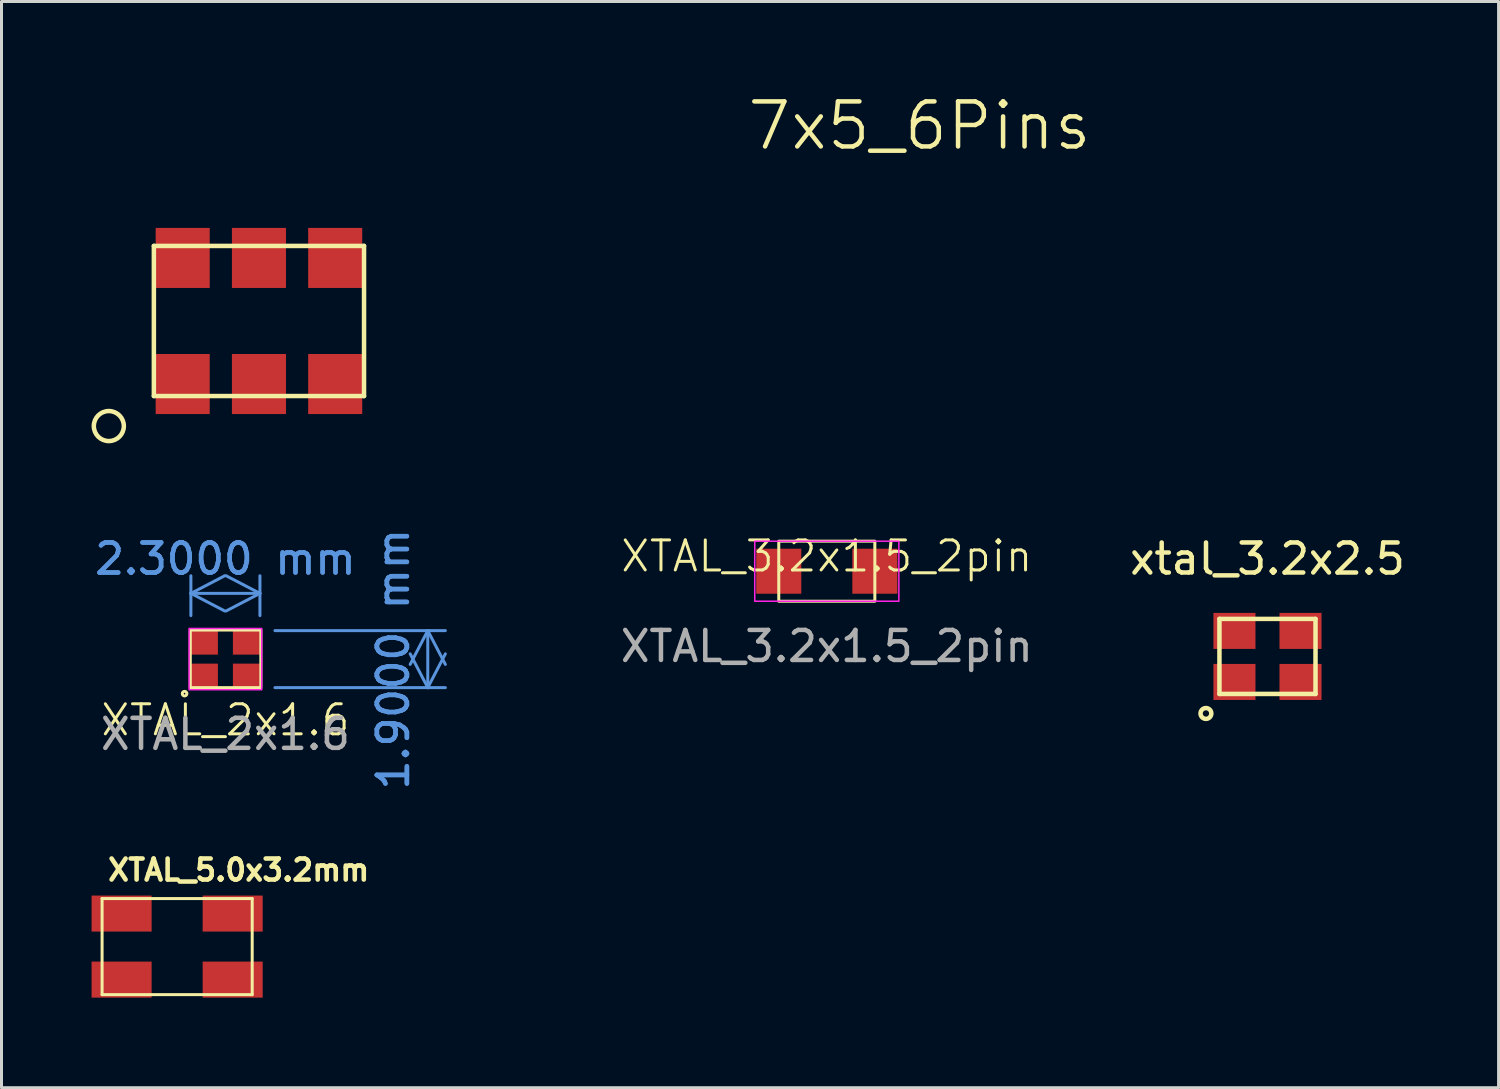
<source format=kicad_pcb>
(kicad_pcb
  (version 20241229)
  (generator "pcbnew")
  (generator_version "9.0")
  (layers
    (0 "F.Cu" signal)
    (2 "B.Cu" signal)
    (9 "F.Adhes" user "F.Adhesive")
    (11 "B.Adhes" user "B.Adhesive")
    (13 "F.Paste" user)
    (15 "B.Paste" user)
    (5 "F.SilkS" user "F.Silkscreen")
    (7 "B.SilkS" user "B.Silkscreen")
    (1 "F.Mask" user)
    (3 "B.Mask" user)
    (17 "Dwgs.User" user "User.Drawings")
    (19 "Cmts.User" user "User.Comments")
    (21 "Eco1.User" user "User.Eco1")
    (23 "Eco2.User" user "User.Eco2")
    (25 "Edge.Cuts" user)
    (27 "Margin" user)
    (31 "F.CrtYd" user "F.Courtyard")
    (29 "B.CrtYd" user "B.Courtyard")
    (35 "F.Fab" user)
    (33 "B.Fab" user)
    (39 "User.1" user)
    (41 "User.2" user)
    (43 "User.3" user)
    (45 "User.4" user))
  (footprint "XTAL_5.0x3.2mm"
    (layer "F.Cu")
    (at 2.85 28.479)
    (property "Reference" "XTAL_5.0x3.2mm" (at 2.05 -2.55 0) (layer "F.SilkS") (effects (font (size 0.7 0.7) (thickness 0.152))))
    (attr smd)
    (fp_line (start -2.5 -1.6) (end -2.5 1.6) (stroke (width 0.1) (type solid)) (layer "F.SilkS"))
    (fp_line (start -2.5 1.6) (end 2.5 1.6) (stroke (width 0.1) (type solid)) (layer "F.SilkS"))
    (fp_line (start 2.5 -1.6) (end -2.5 -1.6) (stroke (width 0.1) (type solid)) (layer "F.SilkS"))
    (fp_line (start 2.5 1.6) (end 2.5 -1.6) (stroke (width 0.1) (type solid)) (layer "F.SilkS"))
    (pad "1" smd rect (at -1.85 1.1) (size 2 1.2) (layers "F.Cu" "F.Mask" "F.Paste"))
    (pad "2" smd rect (at 1.85 1.1) (size 2 1.2) (layers "F.Cu" "F.Mask" "F.Paste"))
    (pad "3" smd rect (at 1.85 -1.1) (size 2 1.2) (layers "F.Cu" "F.Mask" "F.Paste"))
    (pad "4" smd rect (at -1.85 -1.1) (size 2 1.2) (layers "F.Cu" "F.Mask" "F.Paste")))
  (footprint "7x5_6Pins"
    (layer "F.Cu")
    (at 5.575 7.641)
    (property "Reference" "7x5_6Pins" (at 22 -6.5 0) (layer "F.SilkS") (effects (font (size 1.5 1.5) (thickness 0.15))))
    (attr smd)
    (fp_line (start -3.5 -2.5) (end 3.5 -2.5) (stroke (width 0.15) (type solid)) (layer "F.SilkS"))
    (fp_line (start -3.5 2.5) (end -3.5 -2.5) (stroke (width 0.15) (type solid)) (layer "F.SilkS"))
    (fp_line (start 3.5 -2.5) (end 3.5 2.5) (stroke (width 0.15) (type solid)) (layer "F.SilkS"))
    (fp_line (start 3.5 2.5) (end -3.5 2.5) (stroke (width 0.15) (type solid)) (layer "F.SilkS"))
    (fp_circle (center -5 3.5) (end -4.5 3.5) (stroke (width 0.15) (type solid)) (fill no) (layer "F.SilkS"))
    (pad "1" smd rect (at -2.54 2.1) (size 1.8 2) (layers "F.Cu" "F.Mask" "F.Paste"))
    (pad "2" smd rect (at 0 2.1) (size 1.8 2) (layers "F.Cu" "F.Mask" "F.Paste"))
    (pad "3" smd rect (at 2.54 2.1) (size 1.8 2) (layers "F.Cu" "F.Mask" "F.Paste"))
    (pad "4" smd rect (at 2.54 -2.1) (size 1.8 2) (layers "F.Cu" "F.Mask" "F.Paste"))
    (pad "5" smd rect (at 0 -2.1) (size 1.8 2) (layers "F.Cu" "F.Mask" "F.Paste"))
    (pad "6" smd rect (at -2.54 -2.1) (size 1.8 2) (layers "F.Cu" "F.Mask" "F.Paste")))
  (footprint "XTAL_2x1.6"
    (layer "F.Cu")
    (at 4.458 18.904)
    (property "Reference" "XTAL_2x1.6" (at 0 2.03 0) (unlocked yes) (layer "F.SilkS") (effects (font (size 1 1) (thickness 0.1))))
    (attr smd)
    (fp_rect (start -1.17 -0.97) (end 1.18 0.95) (stroke (width 0.1) (type default)) (fill no) (layer "F.SilkS"))
    (fp_circle (center -1.36 1.15) (end -1.33 1.22) (stroke (width 0.1) (type default)) (fill no) (layer "F.SilkS"))
    (fp_rect (start -1.21 -1.02) (end 1.21 1.02) (stroke (width 0.05) (type default)) (fill no) (layer "F.CrtYd"))
    (fp_text user "${REFERENCE}" (at 0 2.5 0) (unlocked yes) (layer "F.Fab") (effects (font (size 1 1) (thickness 0.15))))
    (dimension (type aligned) (layer "Cmts.User") (pts (xy 5.608 17.954) (xy 5.608 19.854)) (height -5.59) (format (prefix "") (suffix "") (units 3) (units_format 1) (precision 4)) (style (thickness 0.1) (arrow_length 1.27) (text_position_mode 0) (arrow_direction outward) (extension_height 0.586) (extension_offset 0.5) (keep_text_aligned yes)) (gr_text "1.9000 mm" (at 10.048 18.904 90) (layer "Cmts.User") (effects (font (size 1 1) (thickness 0.15)))))
    (dimension (type aligned) (layer "Cmts.User") (pts (xy 3.308 17.954) (xy 5.608 17.954)) (height -1.24) (format (prefix "") (suffix "") (units 3) (units_format 1) (precision 4)) (style (thickness 0.1) (arrow_length 1.27) (text_position_mode 0) (arrow_direction outward) (extension_height 0.586) (extension_offset 0.5) (keep_text_aligned yes)) (gr_text "2.3000 mm" (at 4.458 15.564 0) (layer "Cmts.User") (effects (font (size 1 1) (thickness 0.15)))))
    (pad "1" smd rect (at -0.7 0.55) (size 0.9 0.8) (layers "F.Cu" "F.Mask" "F.Paste"))
    (pad "2" smd rect (at 0.7 0.55) (size 0.9 0.8) (layers "F.Cu" "F.Mask" "F.Paste"))
    (pad "3" smd rect (at 0.7 -0.55) (size 0.9 0.8) (layers "F.Cu" "F.Mask" "F.Paste"))
    (pad "4" smd rect (at -0.7 -0.55) (size 0.9 0.8) (layers "F.Cu" "F.Mask" "F.Paste")))
  (footprint "XTAL_3.2x1.5_2pin"
    (layer "F.Cu")
    (at 24.489 15.976)
    (property "Reference" "XTAL_3.2x1.5_2pin" (at 0 -0.5 0) (unlocked yes) (layer "F.SilkS") (effects (font (size 1 1) (thickness 0.1))))
    (attr smd)
    (fp_rect (start -1.6 -1) (end 1.6 1) (stroke (width 0.1) (type default)) (fill no) (layer "F.SilkS"))
    (fp_rect (start -2.4 -1) (end 2.4 1) (stroke (width 0.05) (type default)) (fill no) (layer "F.CrtYd"))
    (fp_text user "${REFERENCE}" (at 0 2.5 0) (unlocked yes) (layer "F.Fab") (effects (font (size 1 1) (thickness 0.15))))
    (pad "1" smd rect (at -1.6 0) (size 1.5 1.5) (layers "F.Cu" "F.Mask" "F.Paste"))
    (pad "2" smd rect (at 1.6 0) (size 1.5 1.5) (layers "F.Cu" "F.Mask" "F.Paste")))
  (footprint "xtal_3.2x2.5"
    (layer "F.Cu")
    (at 39.167 18.814)
    (property "Reference" "xtal_3.2x2.5" (at 0 -3.25 0) (layer "F.SilkS") (effects (font (size 1 1) (thickness 0.15))))
    (attr smd)
    (fp_line (start -1.6 -1.25) (end 1.6 -1.25) (stroke (width 0.15) (type solid)) (layer "F.SilkS"))
    (fp_line (start -1.6 1.25) (end -1.6 -1.25) (stroke (width 0.15) (type solid)) (layer "F.SilkS"))
    (fp_line (start 1.6 -1.25) (end 1.6 1.25) (stroke (width 0.15) (type solid)) (layer "F.SilkS"))
    (fp_line (start 1.6 1.25) (end -1.6 1.25) (stroke (width 0.15) (type solid)) (layer "F.SilkS"))
    (fp_circle (center -2.05 1.9) (end -1.95 2.05) (stroke (width 0.15) (type solid)) (fill no) (layer "F.SilkS"))
    (pad "1" smd rect (at -1.1 0.85) (size 1.4 1.2) (layers "F.Cu" "F.Mask" "F.Paste"))
    (pad "2" smd rect (at 1.1 0.85) (size 1.4 1.2) (layers "F.Cu" "F.Mask" "F.Paste"))
    (pad "3" smd rect (at 1.1 -0.85) (size 1.4 1.2) (layers "F.Cu" "F.Mask" "F.Paste"))
    (pad "4" smd rect (at -1.1 -0.85) (size 1.4 1.2) (layers "F.Cu" "F.Mask" "F.Paste")))
  (gr_rect
    (start -3 -3)
    (end 46.864 33.179)
    (stroke (width 0.1) (type default))
    (fill no)
    (layer "Edge.Cuts")))
</source>
